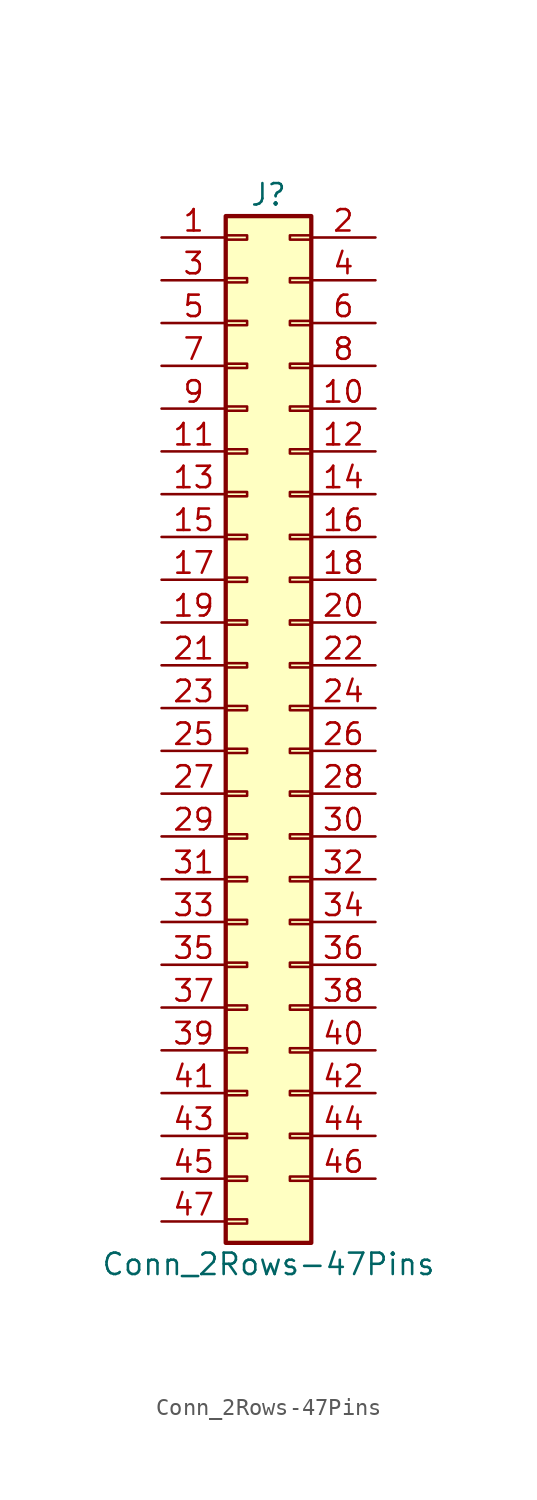
<source format=kicad_sym>
(kicad_symbol_lib
  (version 20220914)
  (generator kicad_symbol_editor)
  (symbol "Conn_2Rows-47Pins"
    (pin_names
      (offset 1.016) hide)
    (property "Reference" "J"
      (at 1.27 30.48 0)
      (effects (font (size 1.27 1.27))))
    (property "Value" "Conn_2Rows-47Pins"
      (at 1.27 -33.02 0)
      (effects (font (size 1.27 1.27))))
    (symbol "Conn_2Rows-47Pins_1_1"
      (rectangle (start -1.27 -30.353) (end 0 -30.607) (stroke (width 0.152) (type default)) (fill (type none)))
      (rectangle (start -1.27 -27.813) (end 0 -28.067) (stroke (width 0.152) (type default)) (fill (type none)))
      (rectangle (start -1.27 -25.273) (end 0 -25.527) (stroke (width 0.152) (type default)) (fill (type none)))
      (rectangle (start -1.27 -22.733) (end 0 -22.987) (stroke (width 0.152) (type default)) (fill (type none)))
      (rectangle (start -1.27 -20.193) (end 0 -20.447) (stroke (width 0.152) (type default)) (fill (type none)))
      (rectangle (start -1.27 -17.653) (end 0 -17.907) (stroke (width 0.152) (type default)) (fill (type none)))
      (rectangle (start -1.27 -15.113) (end 0 -15.367) (stroke (width 0.152) (type default)) (fill (type none)))
      (rectangle (start -1.27 -12.573) (end 0 -12.827) (stroke (width 0.152) (type default)) (fill (type none)))
      (rectangle (start -1.27 -10.033) (end 0 -10.287) (stroke (width 0.152) (type default)) (fill (type none)))
      (rectangle (start -1.27 -7.493) (end 0 -7.747) (stroke (width 0.152) (type default)) (fill (type none)))
      (rectangle (start -1.27 -4.953) (end 0 -5.207) (stroke (width 0.152) (type default)) (fill (type none)))
      (rectangle (start -1.27 -2.413) (end 0 -2.667) (stroke (width 0.152) (type default)) (fill (type none)))
      (rectangle (start -1.27 0.127) (end 0 -0.127) (stroke (width 0.152) (type default)) (fill (type none)))
      (rectangle (start -1.27 2.667) (end 0 2.413) (stroke (width 0.152) (type default)) (fill (type none)))
      (rectangle (start -1.27 5.207) (end 0 4.953) (stroke (width 0.152) (type default)) (fill (type none)))
      (rectangle (start -1.27 7.747) (end 0 7.493) (stroke (width 0.152) (type default)) (fill (type none)))
      (rectangle (start -1.27 10.287) (end 0 10.033) (stroke (width 0.152) (type default)) (fill (type none)))
      (rectangle (start -1.27 12.827) (end 0 12.573) (stroke (width 0.152) (type default)) (fill (type none)))
      (rectangle (start -1.27 15.367) (end 0 15.113) (stroke (width 0.152) (type default)) (fill (type none)))
      (rectangle (start -1.27 17.907) (end 0 17.653) (stroke (width 0.152) (type default)) (fill (type none)))
      (rectangle (start -1.27 20.447) (end 0 20.193) (stroke (width 0.152) (type default)) (fill (type none)))
      (rectangle (start -1.27 22.987) (end 0 22.733) (stroke (width 0.152) (type default)) (fill (type none)))
      (rectangle (start -1.27 25.527) (end 0 25.273) (stroke (width 0.152) (type default)) (fill (type none)))
      (rectangle (start -1.27 28.067) (end 0 27.813) (stroke (width 0.152) (type default)) (fill (type none)))
      (rectangle (start -1.27 29.21) (end 3.81 -31.75) (stroke (width 0.254) (type default)) (fill (type background)))
      (rectangle (start 3.81 -27.813) (end 2.54 -28.067) (stroke (width 0.152) (type default)) (fill (type none)))
      (rectangle (start 3.81 -25.273) (end 2.54 -25.527) (stroke (width 0.152) (type default)) (fill (type none)))
      (rectangle (start 3.81 -22.733) (end 2.54 -22.987) (stroke (width 0.152) (type default)) (fill (type none)))
      (rectangle (start 3.81 -20.193) (end 2.54 -20.447) (stroke (width 0.152) (type default)) (fill (type none)))
      (rectangle (start 3.81 -17.653) (end 2.54 -17.907) (stroke (width 0.152) (type default)) (fill (type none)))
      (rectangle (start 3.81 -15.113) (end 2.54 -15.367) (stroke (width 0.152) (type default)) (fill (type none)))
      (rectangle (start 3.81 -12.573) (end 2.54 -12.827) (stroke (width 0.152) (type default)) (fill (type none)))
      (rectangle (start 3.81 -10.033) (end 2.54 -10.287) (stroke (width 0.152) (type default)) (fill (type none)))
      (rectangle (start 3.81 -7.493) (end 2.54 -7.747) (stroke (width 0.152) (type default)) (fill (type none)))
      (rectangle (start 3.81 -4.953) (end 2.54 -5.207) (stroke (width 0.152) (type default)) (fill (type none)))
      (rectangle (start 3.81 -2.413) (end 2.54 -2.667) (stroke (width 0.152) (type default)) (fill (type none)))
      (rectangle (start 3.81 0.127) (end 2.54 -0.127) (stroke (width 0.152) (type default)) (fill (type none)))
      (rectangle (start 3.81 2.667) (end 2.54 2.413) (stroke (width 0.152) (type default)) (fill (type none)))
      (rectangle (start 3.81 5.207) (end 2.54 4.953) (stroke (width 0.152) (type default)) (fill (type none)))
      (rectangle (start 3.81 7.747) (end 2.54 7.493) (stroke (width 0.152) (type default)) (fill (type none)))
      (rectangle (start 3.81 10.287) (end 2.54 10.033) (stroke (width 0.152) (type default)) (fill (type none)))
      (rectangle (start 3.81 12.827) (end 2.54 12.573) (stroke (width 0.152) (type default)) (fill (type none)))
      (rectangle (start 3.81 15.367) (end 2.54 15.113) (stroke (width 0.152) (type default)) (fill (type none)))
      (rectangle (start 3.81 17.907) (end 2.54 17.653) (stroke (width 0.152) (type default)) (fill (type none)))
      (rectangle (start 3.81 20.447) (end 2.54 20.193) (stroke (width 0.152) (type default)) (fill (type none)))
      (rectangle (start 3.81 22.987) (end 2.54 22.733) (stroke (width 0.152) (type default)) (fill (type none)))
      (rectangle (start 3.81 25.527) (end 2.54 25.273) (stroke (width 0.152) (type default)) (fill (type none)))
      (rectangle (start 3.81 28.067) (end 2.54 27.813) (stroke (width 0.152) (type default)) (fill (type none)))
      (pin passive line (at -5.08 27.94 0) (length 3.81) (name "Pin_1" (effects (font (size 1.27 1.27)))) (number "1" (effects (font (size 1.27 1.27)))))
      (pin passive line (at 7.62 17.78 180) (length 3.81) (name "Pin_10" (effects (font (size 1.27 1.27)))) (number "10" (effects (font (size 1.27 1.27)))))
      (pin passive line (at -5.08 15.24 0) (length 3.81) (name "Pin_11" (effects (font (size 1.27 1.27)))) (number "11" (effects (font (size 1.27 1.27)))))
      (pin passive line (at 7.62 15.24 180) (length 3.81) (name "Pin_12" (effects (font (size 1.27 1.27)))) (number "12" (effects (font (size 1.27 1.27)))))
      (pin passive line (at -5.08 12.7 0) (length 3.81) (name "Pin_13" (effects (font (size 1.27 1.27)))) (number "13" (effects (font (size 1.27 1.27)))))
      (pin passive line (at 7.62 12.7 180) (length 3.81) (name "Pin_14" (effects (font (size 1.27 1.27)))) (number "14" (effects (font (size 1.27 1.27)))))
      (pin passive line (at -5.08 10.16 0) (length 3.81) (name "Pin_15" (effects (font (size 1.27 1.27)))) (number "15" (effects (font (size 1.27 1.27)))))
      (pin passive line (at 7.62 10.16 180) (length 3.81) (name "Pin_16" (effects (font (size 1.27 1.27)))) (number "16" (effects (font (size 1.27 1.27)))))
      (pin passive line (at -5.08 7.62 0) (length 3.81) (name "Pin_17" (effects (font (size 1.27 1.27)))) (number "17" (effects (font (size 1.27 1.27)))))
      (pin passive line (at 7.62 7.62 180) (length 3.81) (name "Pin_18" (effects (font (size 1.27 1.27)))) (number "18" (effects (font (size 1.27 1.27)))))
      (pin passive line (at -5.08 5.08 0) (length 3.81) (name "Pin_19" (effects (font (size 1.27 1.27)))) (number "19" (effects (font (size 1.27 1.27)))))
      (pin passive line (at 7.62 27.94 180) (length 3.81) (name "Pin_2" (effects (font (size 1.27 1.27)))) (number "2" (effects (font (size 1.27 1.27)))))
      (pin passive line (at 7.62 5.08 180) (length 3.81) (name "Pin_20" (effects (font (size 1.27 1.27)))) (number "20" (effects (font (size 1.27 1.27)))))
      (pin passive line (at -5.08 2.54 0) (length 3.81) (name "Pin_21" (effects (font (size 1.27 1.27)))) (number "21" (effects (font (size 1.27 1.27)))))
      (pin passive line (at 7.62 2.54 180) (length 3.81) (name "Pin_22" (effects (font (size 1.27 1.27)))) (number "22" (effects (font (size 1.27 1.27)))))
      (pin passive line (at -5.08 0 0) (length 3.81) (name "Pin_23" (effects (font (size 1.27 1.27)))) (number "23" (effects (font (size 1.27 1.27)))))
      (pin passive line (at 7.62 0 180) (length 3.81) (name "Pin_24" (effects (font (size 1.27 1.27)))) (number "24" (effects (font (size 1.27 1.27)))))
      (pin passive line (at -5.08 -2.54 0) (length 3.81) (name "Pin_25" (effects (font (size 1.27 1.27)))) (number "25" (effects (font (size 1.27 1.27)))))
      (pin passive line (at 7.62 -2.54 180) (length 3.81) (name "Pin_26" (effects (font (size 1.27 1.27)))) (number "26" (effects (font (size 1.27 1.27)))))
      (pin passive line (at -5.08 -5.08 0) (length 3.81) (name "Pin_27" (effects (font (size 1.27 1.27)))) (number "27" (effects (font (size 1.27 1.27)))))
      (pin passive line (at 7.62 -5.08 180) (length 3.81) (name "Pin_28" (effects (font (size 1.27 1.27)))) (number "28" (effects (font (size 1.27 1.27)))))
      (pin passive line (at -5.08 -7.62 0) (length 3.81) (name "Pin_29" (effects (font (size 1.27 1.27)))) (number "29" (effects (font (size 1.27 1.27)))))
      (pin passive line (at -5.08 25.4 0) (length 3.81) (name "Pin_3" (effects (font (size 1.27 1.27)))) (number "3" (effects (font (size 1.27 1.27)))))
      (pin passive line (at 7.62 -7.62 180) (length 3.81) (name "Pin_30" (effects (font (size 1.27 1.27)))) (number "30" (effects (font (size 1.27 1.27)))))
      (pin passive line (at -5.08 -10.16 0) (length 3.81) (name "Pin_31" (effects (font (size 1.27 1.27)))) (number "31" (effects (font (size 1.27 1.27)))))
      (pin passive line (at 7.62 -10.16 180) (length 3.81) (name "Pin_32" (effects (font (size 1.27 1.27)))) (number "32" (effects (font (size 1.27 1.27)))))
      (pin passive line (at -5.08 -12.7 0) (length 3.81) (name "Pin_33" (effects (font (size 1.27 1.27)))) (number "33" (effects (font (size 1.27 1.27)))))
      (pin passive line (at 7.62 -12.7 180) (length 3.81) (name "Pin_34" (effects (font (size 1.27 1.27)))) (number "34" (effects (font (size 1.27 1.27)))))
      (pin passive line (at -5.08 -15.24 0) (length 3.81) (name "Pin_35" (effects (font (size 1.27 1.27)))) (number "35" (effects (font (size 1.27 1.27)))))
      (pin passive line (at 7.62 -15.24 180) (length 3.81) (name "Pin_36" (effects (font (size 1.27 1.27)))) (number "36" (effects (font (size 1.27 1.27)))))
      (pin passive line (at -5.08 -17.78 0) (length 3.81) (name "Pin_37" (effects (font (size 1.27 1.27)))) (number "37" (effects (font (size 1.27 1.27)))))
      (pin passive line (at 7.62 -17.78 180) (length 3.81) (name "Pin_38" (effects (font (size 1.27 1.27)))) (number "38" (effects (font (size 1.27 1.27)))))
      (pin passive line (at -5.08 -20.32 0) (length 3.81) (name "Pin_39" (effects (font (size 1.27 1.27)))) (number "39" (effects (font (size 1.27 1.27)))))
      (pin passive line (at 7.62 25.4 180) (length 3.81) (name "Pin_4" (effects (font (size 1.27 1.27)))) (number "4" (effects (font (size 1.27 1.27)))))
      (pin passive line (at 7.62 -20.32 180) (length 3.81) (name "Pin_40" (effects (font (size 1.27 1.27)))) (number "40" (effects (font (size 1.27 1.27)))))
      (pin passive line (at -5.08 -22.86 0) (length 3.81) (name "Pin_41" (effects (font (size 1.27 1.27)))) (number "41" (effects (font (size 1.27 1.27)))))
      (pin passive line (at 7.62 -22.86 180) (length 3.81) (name "Pin_42" (effects (font (size 1.27 1.27)))) (number "42" (effects (font (size 1.27 1.27)))))
      (pin passive line (at -5.08 -25.4 0) (length 3.81) (name "Pin_43" (effects (font (size 1.27 1.27)))) (number "43" (effects (font (size 1.27 1.27)))))
      (pin passive line (at 7.62 -25.4 180) (length 3.81) (name "Pin_44" (effects (font (size 1.27 1.27)))) (number "44" (effects (font (size 1.27 1.27)))))
      (pin passive line (at -5.08 -27.94 0) (length 3.81) (name "Pin_45" (effects (font (size 1.27 1.27)))) (number "45" (effects (font (size 1.27 1.27)))))
      (pin passive line (at 7.62 -27.94 180) (length 3.81) (name "Pin_46" (effects (font (size 1.27 1.27)))) (number "46" (effects (font (size 1.27 1.27)))))
      (pin passive line (at -5.08 -30.48 0) (length 3.81) (name "Pin_47" (effects (font (size 1.27 1.27)))) (number "47" (effects (font (size 1.27 1.27)))))
      (pin passive line (at -5.08 22.86 0) (length 3.81) (name "Pin_5" (effects (font (size 1.27 1.27)))) (number "5" (effects (font (size 1.27 1.27)))))
      (pin passive line (at 7.62 22.86 180) (length 3.81) (name "Pin_6" (effects (font (size 1.27 1.27)))) (number "6" (effects (font (size 1.27 1.27)))))
      (pin passive line (at -5.08 20.32 0) (length 3.81) (name "Pin_7" (effects (font (size 1.27 1.27)))) (number "7" (effects (font (size 1.27 1.27)))))
      (pin passive line (at 7.62 20.32 180) (length 3.81) (name "Pin_8" (effects (font (size 1.27 1.27)))) (number "8" (effects (font (size 1.27 1.27)))))
      (pin passive line (at -5.08 17.78 0) (length 3.81) (name "Pin_9" (effects (font (size 1.27 1.27)))) (number "9" (effects (font (size 1.27 1.27))))))))
</source>
